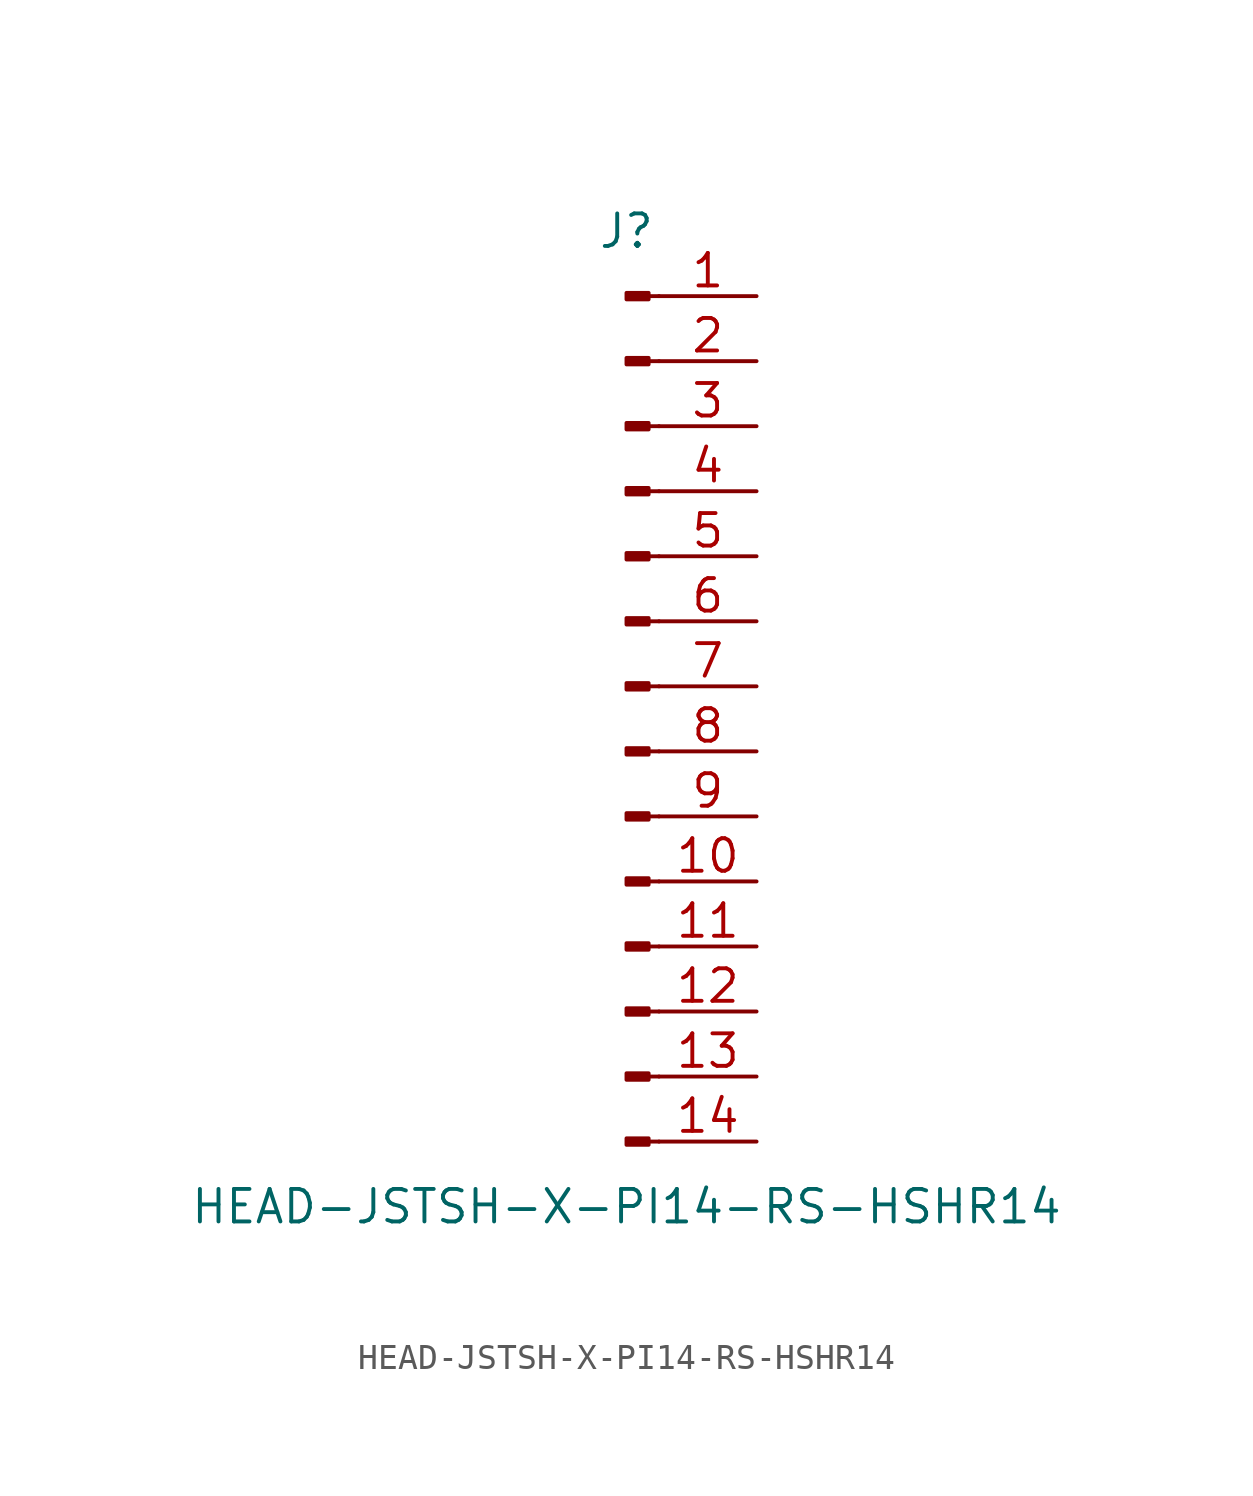
<source format=kicad_sym>
(kicad_symbol_lib
  (version 20211014)
  (generator kicad_symbol_editor)
  (symbol "HEAD-JSTSH-X-PI14-RS-HSHR14"
    (pin_names
      (offset 1.016) hide)
    (property "Reference" "J"
      (at 0 17.78 0)
      (effects (font (size 1.27 1.27))))
    (property "Value" "HEAD-JSTSH-X-PI14-RS-HSHR14"
      (at 0 -20.32 0)
      (effects (font (size 1.27 1.27))))
    (symbol "HEAD-JSTSH-X-PI14-RS-HSHR14_1_1"
      (polyline (pts (xy 1.27 -17.78) (xy 0.864 -17.78)) (stroke (width 0.152) (type default) (color 0 0 0 0)) (fill (type none)))
      (polyline (pts (xy 1.27 -15.24) (xy 0.864 -15.24)) (stroke (width 0.152) (type default) (color 0 0 0 0)) (fill (type none)))
      (polyline (pts (xy 1.27 -12.7) (xy 0.864 -12.7)) (stroke (width 0.152) (type default) (color 0 0 0 0)) (fill (type none)))
      (polyline (pts (xy 1.27 -10.16) (xy 0.864 -10.16)) (stroke (width 0.152) (type default) (color 0 0 0 0)) (fill (type none)))
      (polyline (pts (xy 1.27 -7.62) (xy 0.864 -7.62)) (stroke (width 0.152) (type default) (color 0 0 0 0)) (fill (type none)))
      (polyline (pts (xy 1.27 -5.08) (xy 0.864 -5.08)) (stroke (width 0.152) (type default) (color 0 0 0 0)) (fill (type none)))
      (polyline (pts (xy 1.27 -2.54) (xy 0.864 -2.54)) (stroke (width 0.152) (type default) (color 0 0 0 0)) (fill (type none)))
      (polyline (pts (xy 1.27 0) (xy 0.864 0)) (stroke (width 0.152) (type default) (color 0 0 0 0)) (fill (type none)))
      (polyline (pts (xy 1.27 2.54) (xy 0.864 2.54)) (stroke (width 0.152) (type default) (color 0 0 0 0)) (fill (type none)))
      (polyline (pts (xy 1.27 5.08) (xy 0.864 5.08)) (stroke (width 0.152) (type default) (color 0 0 0 0)) (fill (type none)))
      (polyline (pts (xy 1.27 7.62) (xy 0.864 7.62)) (stroke (width 0.152) (type default) (color 0 0 0 0)) (fill (type none)))
      (polyline (pts (xy 1.27 10.16) (xy 0.864 10.16)) (stroke (width 0.152) (type default) (color 0 0 0 0)) (fill (type none)))
      (polyline (pts (xy 1.27 12.7) (xy 0.864 12.7)) (stroke (width 0.152) (type default) (color 0 0 0 0)) (fill (type none)))
      (polyline (pts (xy 1.27 15.24) (xy 0.864 15.24)) (stroke (width 0.152) (type default) (color 0 0 0 0)) (fill (type none)))
      (rectangle (start 0.864 -17.653) (end 0 -17.907) (stroke (width 0.152) (type default) (color 0 0 0 0)) (fill (type outline)))
      (rectangle (start 0.864 -15.113) (end 0 -15.367) (stroke (width 0.152) (type default) (color 0 0 0 0)) (fill (type outline)))
      (rectangle (start 0.864 -12.573) (end 0 -12.827) (stroke (width 0.152) (type default) (color 0 0 0 0)) (fill (type outline)))
      (rectangle (start 0.864 -10.033) (end 0 -10.287) (stroke (width 0.152) (type default) (color 0 0 0 0)) (fill (type outline)))
      (rectangle (start 0.864 -7.493) (end 0 -7.747) (stroke (width 0.152) (type default) (color 0 0 0 0)) (fill (type outline)))
      (rectangle (start 0.864 -4.953) (end 0 -5.207) (stroke (width 0.152) (type default) (color 0 0 0 0)) (fill (type outline)))
      (rectangle (start 0.864 -2.413) (end 0 -2.667) (stroke (width 0.152) (type default) (color 0 0 0 0)) (fill (type outline)))
      (rectangle (start 0.864 0.127) (end 0 -0.127) (stroke (width 0.152) (type default) (color 0 0 0 0)) (fill (type outline)))
      (rectangle (start 0.864 2.667) (end 0 2.413) (stroke (width 0.152) (type default) (color 0 0 0 0)) (fill (type outline)))
      (rectangle (start 0.864 5.207) (end 0 4.953) (stroke (width 0.152) (type default) (color 0 0 0 0)) (fill (type outline)))
      (rectangle (start 0.864 7.747) (end 0 7.493) (stroke (width 0.152) (type default) (color 0 0 0 0)) (fill (type outline)))
      (rectangle (start 0.864 10.287) (end 0 10.033) (stroke (width 0.152) (type default) (color 0 0 0 0)) (fill (type outline)))
      (rectangle (start 0.864 12.827) (end 0 12.573) (stroke (width 0.152) (type default) (color 0 0 0 0)) (fill (type outline)))
      (rectangle (start 0.864 15.367) (end 0 15.113) (stroke (width 0.152) (type default) (color 0 0 0 0)) (fill (type outline)))
      (pin passive line (at 5.08 15.24 180) (length 3.81) (name "Pin_1" (effects (font (size 1.27 1.27)))) (number "1" (effects (font (size 1.27 1.27)))))
      (pin passive line (at 5.08 -7.62 180) (length 3.81) (name "Pin_10" (effects (font (size 1.27 1.27)))) (number "10" (effects (font (size 1.27 1.27)))))
      (pin passive line (at 5.08 -10.16 180) (length 3.81) (name "Pin_11" (effects (font (size 1.27 1.27)))) (number "11" (effects (font (size 1.27 1.27)))))
      (pin passive line (at 5.08 -12.7 180) (length 3.81) (name "Pin_12" (effects (font (size 1.27 1.27)))) (number "12" (effects (font (size 1.27 1.27)))))
      (pin passive line (at 5.08 -15.24 180) (length 3.81) (name "Pin_13" (effects (font (size 1.27 1.27)))) (number "13" (effects (font (size 1.27 1.27)))))
      (pin passive line (at 5.08 -17.78 180) (length 3.81) (name "Pin_14" (effects (font (size 1.27 1.27)))) (number "14" (effects (font (size 1.27 1.27)))))
      (pin passive line (at 5.08 12.7 180) (length 3.81) (name "Pin_2" (effects (font (size 1.27 1.27)))) (number "2" (effects (font (size 1.27 1.27)))))
      (pin passive line (at 5.08 10.16 180) (length 3.81) (name "Pin_3" (effects (font (size 1.27 1.27)))) (number "3" (effects (font (size 1.27 1.27)))))
      (pin passive line (at 5.08 7.62 180) (length 3.81) (name "Pin_4" (effects (font (size 1.27 1.27)))) (number "4" (effects (font (size 1.27 1.27)))))
      (pin passive line (at 5.08 5.08 180) (length 3.81) (name "Pin_5" (effects (font (size 1.27 1.27)))) (number "5" (effects (font (size 1.27 1.27)))))
      (pin passive line (at 5.08 2.54 180) (length 3.81) (name "Pin_6" (effects (font (size 1.27 1.27)))) (number "6" (effects (font (size 1.27 1.27)))))
      (pin passive line (at 5.08 0 180) (length 3.81) (name "Pin_7" (effects (font (size 1.27 1.27)))) (number "7" (effects (font (size 1.27 1.27)))))
      (pin passive line (at 5.08 -2.54 180) (length 3.81) (name "Pin_8" (effects (font (size 1.27 1.27)))) (number "8" (effects (font (size 1.27 1.27)))))
      (pin passive line (at 5.08 -5.08 180) (length 3.81) (name "Pin_9" (effects (font (size 1.27 1.27)))) (number "9" (effects (font (size 1.27 1.27))))))))
</source>
